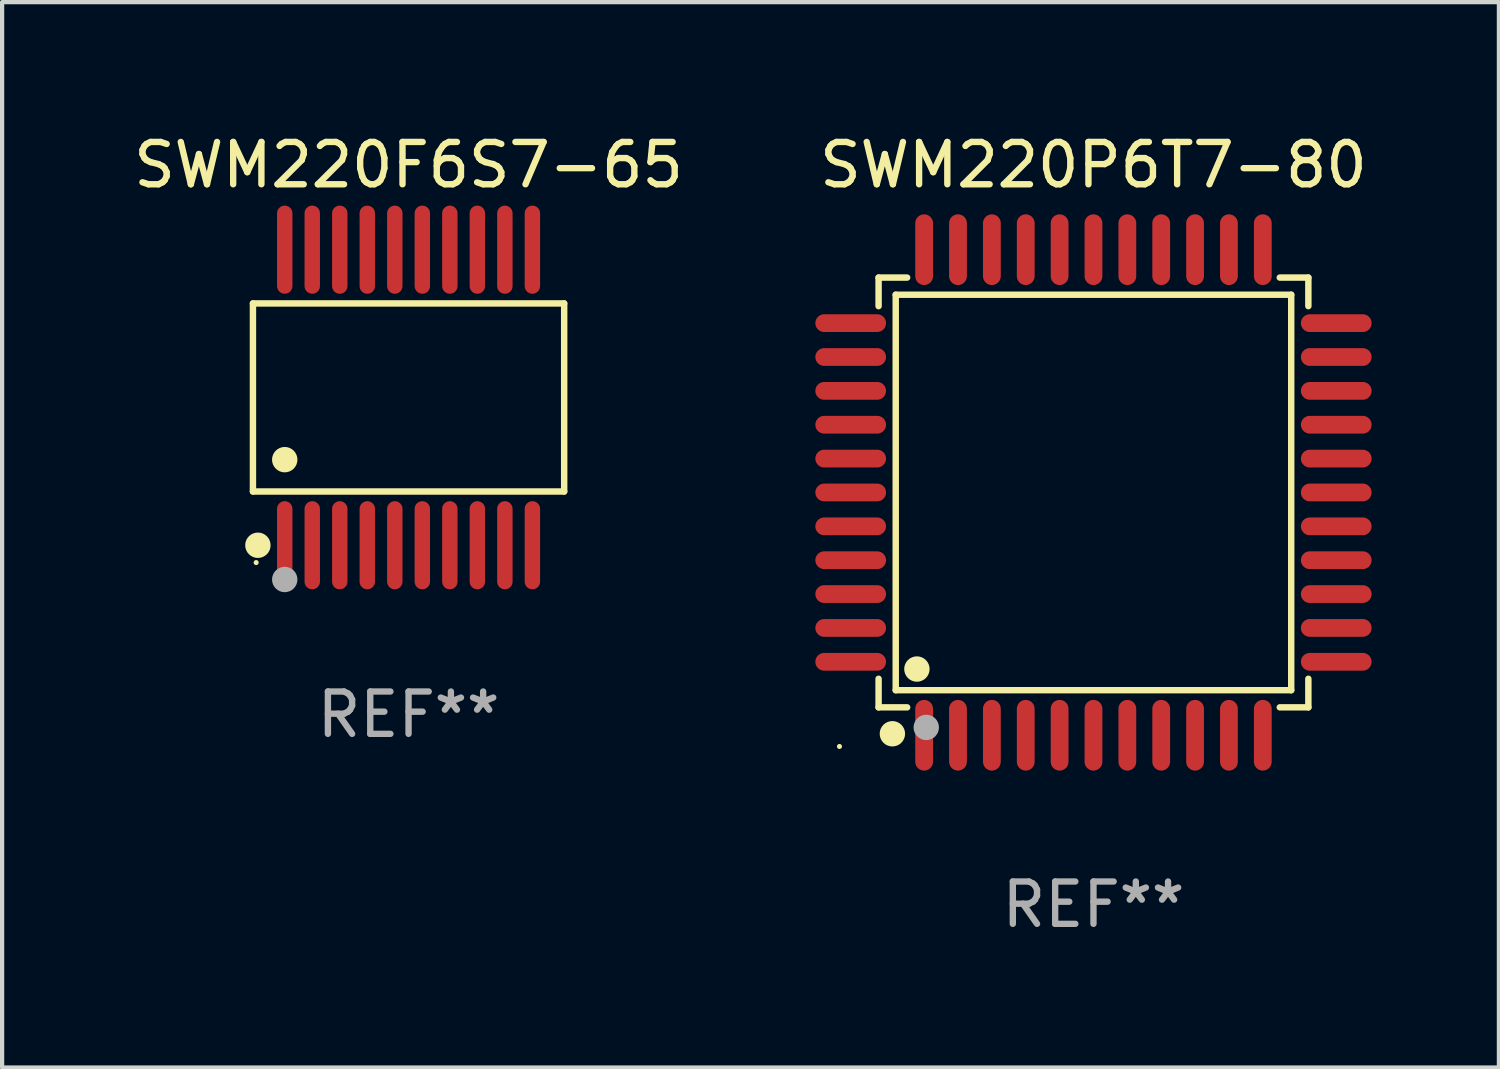
<source format=kicad_pcb>
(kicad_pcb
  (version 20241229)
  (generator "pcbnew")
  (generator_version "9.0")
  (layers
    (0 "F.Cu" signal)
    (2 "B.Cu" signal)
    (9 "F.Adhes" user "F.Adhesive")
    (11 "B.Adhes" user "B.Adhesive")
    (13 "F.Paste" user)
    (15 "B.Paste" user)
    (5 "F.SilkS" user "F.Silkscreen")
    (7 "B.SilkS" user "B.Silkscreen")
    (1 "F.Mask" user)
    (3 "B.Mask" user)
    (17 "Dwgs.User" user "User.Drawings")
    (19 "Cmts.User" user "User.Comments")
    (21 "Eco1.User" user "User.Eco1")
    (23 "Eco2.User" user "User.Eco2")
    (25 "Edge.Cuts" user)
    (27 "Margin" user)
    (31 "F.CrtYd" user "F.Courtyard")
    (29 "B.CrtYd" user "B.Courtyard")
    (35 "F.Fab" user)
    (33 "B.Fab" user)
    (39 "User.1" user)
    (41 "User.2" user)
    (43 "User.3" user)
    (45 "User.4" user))
  (footprint "SWM220P6T7-80"
    (layer "F.Cu")
    (at 22.78 8.583)
    (property "Reference" "SWM220P6T7-80" (at 0 -7.735 0) (layer "F.SilkS") (effects (font (size 1 1) (thickness 0.15))))
    (attr through_hole)
    (fp_line (start -5.076 -5.076) (end -4.401 -5.076) (stroke (width 0.152) (type solid)) (layer "F.SilkS"))
    (fp_line (start -5.076 -4.401) (end -5.076 -5.076) (stroke (width 0.152) (type solid)) (layer "F.SilkS"))
    (fp_line (start -5.076 4.401) (end -5.076 5.076) (stroke (width 0.152) (type solid)) (layer "F.SilkS"))
    (fp_line (start -5.076 5.076) (end -4.401 5.076) (stroke (width 0.152) (type solid)) (layer "F.SilkS"))
    (fp_line (start -4.671 -4.671) (end 4.671 -4.671) (stroke (width 0.152) (type solid)) (layer "F.SilkS"))
    (fp_line (start -4.671 4.671) (end -4.671 -4.671) (stroke (width 0.152) (type solid)) (layer "F.SilkS"))
    (fp_line (start 4.671 -4.671) (end 4.671 4.671) (stroke (width 0.152) (type solid)) (layer "F.SilkS"))
    (fp_line (start 4.671 4.671) (end -4.671 4.671) (stroke (width 0.152) (type solid)) (layer "F.SilkS"))
    (fp_line (start 5.076 -5.076) (end 4.401 -5.076) (stroke (width 0.152) (type solid)) (layer "F.SilkS"))
    (fp_line (start 5.076 -4.401) (end 5.076 -5.076) (stroke (width 0.152) (type solid)) (layer "F.SilkS"))
    (fp_line (start 5.076 4.401) (end 5.076 5.076) (stroke (width 0.152) (type solid)) (layer "F.SilkS"))
    (fp_line (start 5.076 5.076) (end 4.401 5.076) (stroke (width 0.152) (type solid)) (layer "F.SilkS"))
    (fp_circle (center -6 6) (end -5.97 6) (stroke (width 0.06) (type solid)) (fill no) (layer "F.SilkS"))
    (fp_circle (center -4.75 5.7) (end -4.6 5.7) (stroke (width 0.3) (type solid)) (fill no) (layer "F.SilkS"))
    (fp_circle (center -4.171 4.171) (end -4.021 4.171) (stroke (width 0.3) (type solid)) (fill no) (layer "F.SilkS"))
    (fp_circle (center -3.95 5.55) (end -3.8 5.55) (stroke (width 0.3) (type solid)) (fill no) (layer "F.Fab"))
    (fp_text user "REF**" (at 0 9.735 0) (layer "F.Fab") (effects (font (size 1 1) (thickness 0.15))))
    (pad "1" smd oval (at -4 5.735) (size 0.42 1.67) (layers "F.Cu" "F.Mask" "F.Paste"))
    (pad "2" smd oval (at -3.2 5.735) (size 0.42 1.67) (layers "F.Cu" "F.Mask" "F.Paste"))
    (pad "3" smd oval (at -2.4 5.735) (size 0.42 1.67) (layers "F.Cu" "F.Mask" "F.Paste"))
    (pad "4" smd oval (at -1.6 5.735) (size 0.42 1.67) (layers "F.Cu" "F.Mask" "F.Paste"))
    (pad "5" smd oval (at -0.8 5.735) (size 0.42 1.67) (layers "F.Cu" "F.Mask" "F.Paste"))
    (pad "6" smd oval (at 0 5.735) (size 0.42 1.67) (layers "F.Cu" "F.Mask" "F.Paste"))
    (pad "7" smd oval (at 0.8 5.735) (size 0.42 1.67) (layers "F.Cu" "F.Mask" "F.Paste"))
    (pad "8" smd oval (at 1.6 5.735) (size 0.42 1.67) (layers "F.Cu" "F.Mask" "F.Paste"))
    (pad "9" smd oval (at 2.4 5.735) (size 0.42 1.67) (layers "F.Cu" "F.Mask" "F.Paste"))
    (pad "10" smd oval (at 3.2 5.735) (size 0.42 1.67) (layers "F.Cu" "F.Mask" "F.Paste"))
    (pad "11" smd oval (at 4 5.735) (size 0.42 1.67) (layers "F.Cu" "F.Mask" "F.Paste"))
    (pad "12" smd oval (at 5.735 4) (size 1.67 0.42) (layers "F.Cu" "F.Mask" "F.Paste"))
    (pad "13" smd oval (at 5.735 3.2) (size 1.67 0.42) (layers "F.Cu" "F.Mask" "F.Paste"))
    (pad "14" smd oval (at 5.735 2.4) (size 1.67 0.42) (layers "F.Cu" "F.Mask" "F.Paste"))
    (pad "15" smd oval (at 5.735 1.6) (size 1.67 0.42) (layers "F.Cu" "F.Mask" "F.Paste"))
    (pad "16" smd oval (at 5.735 0.8) (size 1.67 0.42) (layers "F.Cu" "F.Mask" "F.Paste"))
    (pad "17" smd oval (at 5.735 0) (size 1.67 0.42) (layers "F.Cu" "F.Mask" "F.Paste"))
    (pad "18" smd oval (at 5.735 -0.8) (size 1.67 0.42) (layers "F.Cu" "F.Mask" "F.Paste"))
    (pad "19" smd oval (at 5.735 -1.6) (size 1.67 0.42) (layers "F.Cu" "F.Mask" "F.Paste"))
    (pad "20" smd oval (at 5.735 -2.4) (size 1.67 0.42) (layers "F.Cu" "F.Mask" "F.Paste"))
    (pad "21" smd oval (at 5.735 -3.2) (size 1.67 0.42) (layers "F.Cu" "F.Mask" "F.Paste"))
    (pad "22" smd oval (at 5.735 -4) (size 1.67 0.42) (layers "F.Cu" "F.Mask" "F.Paste"))
    (pad "23" smd oval (at 4 -5.735) (size 0.42 1.67) (layers "F.Cu" "F.Mask" "F.Paste"))
    (pad "24" smd oval (at 3.2 -5.735) (size 0.42 1.67) (layers "F.Cu" "F.Mask" "F.Paste"))
    (pad "25" smd oval (at 2.4 -5.735) (size 0.42 1.67) (layers "F.Cu" "F.Mask" "F.Paste"))
    (pad "26" smd oval (at 1.6 -5.735) (size 0.42 1.67) (layers "F.Cu" "F.Mask" "F.Paste"))
    (pad "27" smd oval (at 0.8 -5.735) (size 0.42 1.67) (layers "F.Cu" "F.Mask" "F.Paste"))
    (pad "28" smd oval (at 0 -5.735) (size 0.42 1.67) (layers "F.Cu" "F.Mask" "F.Paste"))
    (pad "29" smd oval (at -0.8 -5.735) (size 0.42 1.67) (layers "F.Cu" "F.Mask" "F.Paste"))
    (pad "30" smd oval (at -1.6 -5.735) (size 0.42 1.67) (layers "F.Cu" "F.Mask" "F.Paste"))
    (pad "31" smd oval (at -2.4 -5.735) (size 0.42 1.67) (layers "F.Cu" "F.Mask" "F.Paste"))
    (pad "32" smd oval (at -3.2 -5.735) (size 0.42 1.67) (layers "F.Cu" "F.Mask" "F.Paste"))
    (pad "33" smd oval (at -4 -5.735) (size 0.42 1.67) (layers "F.Cu" "F.Mask" "F.Paste"))
    (pad "34" smd oval (at -5.735 -4) (size 1.67 0.42) (layers "F.Cu" "F.Mask" "F.Paste"))
    (pad "35" smd oval (at -5.735 -3.2) (size 1.67 0.42) (layers "F.Cu" "F.Mask" "F.Paste"))
    (pad "36" smd oval (at -5.735 -2.4) (size 1.67 0.42) (layers "F.Cu" "F.Mask" "F.Paste"))
    (pad "37" smd oval (at -5.735 -1.6) (size 1.67 0.42) (layers "F.Cu" "F.Mask" "F.Paste"))
    (pad "38" smd oval (at -5.735 -0.8) (size 1.67 0.42) (layers "F.Cu" "F.Mask" "F.Paste"))
    (pad "39" smd oval (at -5.735 0) (size 1.67 0.42) (layers "F.Cu" "F.Mask" "F.Paste"))
    (pad "40" smd oval (at -5.735 0.8) (size 1.67 0.42) (layers "F.Cu" "F.Mask" "F.Paste"))
    (pad "41" smd oval (at -5.735 1.6) (size 1.67 0.42) (layers "F.Cu" "F.Mask" "F.Paste"))
    (pad "42" smd oval (at -5.735 2.4) (size 1.67 0.42) (layers "F.Cu" "F.Mask" "F.Paste"))
    (pad "43" smd oval (at -5.735 3.2) (size 1.67 0.42) (layers "F.Cu" "F.Mask" "F.Paste"))
    (pad "44" smd oval (at -5.735 4) (size 1.67 0.42) (layers "F.Cu" "F.Mask" "F.Paste")))
  (footprint "SWM220F6S7-65"
    (layer "F.Cu")
    (at 6.601 6.339)
    (property "Reference" "SWM220F6S7-65" (at 0 -5.491 0) (layer "F.SilkS") (effects (font (size 1 1) (thickness 0.15))))
    (attr through_hole)
    (fp_line (start -3.676 -2.221) (end 3.676 -2.221) (stroke (width 0.152) (type solid)) (layer "F.SilkS"))
    (fp_line (start -3.676 2.221) (end -3.676 -2.221) (stroke (width 0.152) (type solid)) (layer "F.SilkS"))
    (fp_line (start 3.676 -2.221) (end 3.676 2.221) (stroke (width 0.152) (type solid)) (layer "F.SilkS"))
    (fp_line (start 3.676 2.221) (end -3.676 2.221) (stroke (width 0.152) (type solid)) (layer "F.SilkS"))
    (fp_circle (center -3.6 3.9) (end -3.57 3.9) (stroke (width 0.06) (type solid)) (fill no) (layer "F.SilkS"))
    (fp_circle (center -3.559 3.491) (end -3.409 3.491) (stroke (width 0.3) (type solid)) (fill no) (layer "F.SilkS"))
    (fp_circle (center -2.925 1.469) (end -2.775 1.469) (stroke (width 0.3) (type solid)) (fill no) (layer "F.SilkS"))
    (fp_circle (center -2.925 4.3) (end -2.775 4.3) (stroke (width 0.3) (type solid)) (fill no) (layer "F.Fab"))
    (fp_text user "REF**" (at 0 7.491 0) (layer "F.Fab") (effects (font (size 1 1) (thickness 0.15))))
    (pad "1" smd oval (at -2.925 3.491) (size 0.364 2.082) (layers "F.Cu" "F.Mask" "F.Paste"))
    (pad "2" smd oval (at -2.275 3.491) (size 0.364 2.082) (layers "F.Cu" "F.Mask" "F.Paste"))
    (pad "3" smd oval (at -1.625 3.491) (size 0.364 2.082) (layers "F.Cu" "F.Mask" "F.Paste"))
    (pad "4" smd oval (at -0.975 3.491) (size 0.364 2.082) (layers "F.Cu" "F.Mask" "F.Paste"))
    (pad "5" smd oval (at -0.325 3.491) (size 0.364 2.082) (layers "F.Cu" "F.Mask" "F.Paste"))
    (pad "6" smd oval (at 0.325 3.491) (size 0.364 2.082) (layers "F.Cu" "F.Mask" "F.Paste"))
    (pad "7" smd oval (at 0.975 3.491) (size 0.364 2.082) (layers "F.Cu" "F.Mask" "F.Paste"))
    (pad "8" smd oval (at 1.625 3.491) (size 0.364 2.082) (layers "F.Cu" "F.Mask" "F.Paste"))
    (pad "9" smd oval (at 2.275 3.491) (size 0.364 2.082) (layers "F.Cu" "F.Mask" "F.Paste"))
    (pad "10" smd oval (at 2.925 3.491) (size 0.364 2.082) (layers "F.Cu" "F.Mask" "F.Paste"))
    (pad "11" smd oval (at 2.925 -3.491) (size 0.364 2.082) (layers "F.Cu" "F.Mask" "F.Paste"))
    (pad "12" smd oval (at 2.275 -3.491) (size 0.364 2.082) (layers "F.Cu" "F.Mask" "F.Paste"))
    (pad "13" smd oval (at 1.625 -3.491) (size 0.364 2.082) (layers "F.Cu" "F.Mask" "F.Paste"))
    (pad "14" smd oval (at 0.975 -3.491) (size 0.364 2.082) (layers "F.Cu" "F.Mask" "F.Paste"))
    (pad "15" smd oval (at 0.325 -3.491) (size 0.364 2.082) (layers "F.Cu" "F.Mask" "F.Paste"))
    (pad "16" smd oval (at -0.325 -3.491) (size 0.364 2.082) (layers "F.Cu" "F.Mask" "F.Paste"))
    (pad "17" smd oval (at -0.975 -3.491) (size 0.364 2.082) (layers "F.Cu" "F.Mask" "F.Paste"))
    (pad "18" smd oval (at -1.625 -3.491) (size 0.364 2.082) (layers "F.Cu" "F.Mask" "F.Paste"))
    (pad "19" smd oval (at -2.275 -3.491) (size 0.364 2.082) (layers "F.Cu" "F.Mask" "F.Paste"))
    (pad "20" smd oval (at -2.925 -3.491) (size 0.364 2.082) (layers "F.Cu" "F.Mask" "F.Paste")))
  (gr_rect
    (start -3 -3)
    (end 32.357 22.167)
    (stroke (width 0.1) (type default))
    (fill no)
    (layer "Edge.Cuts")))
</source>
